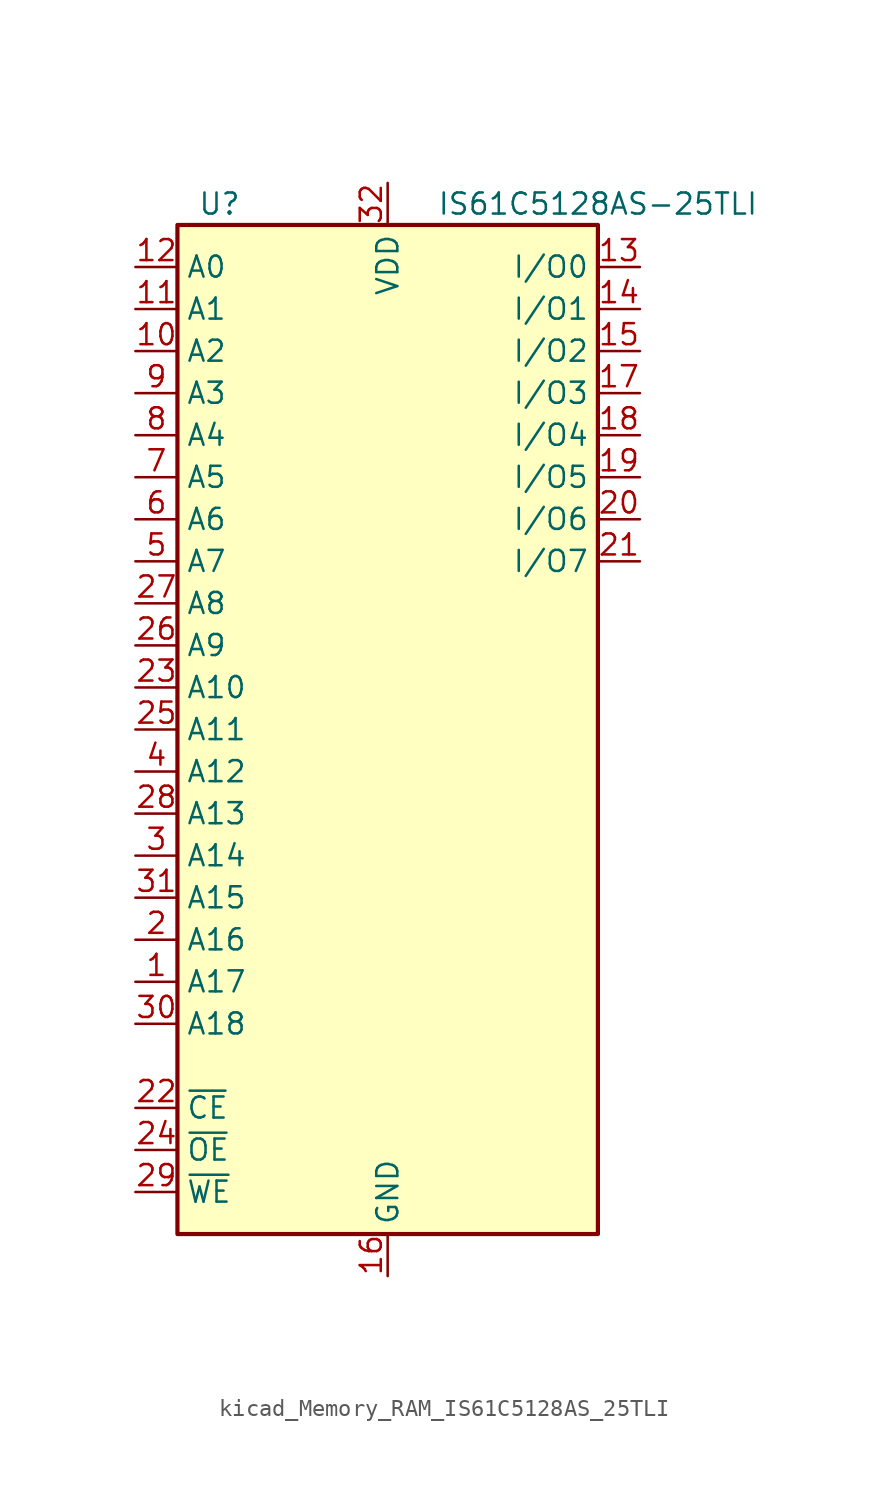
<source format=kicad_sym>
(kicad_symbol_lib
  (version 20220914)
  (generator kicad_symbol_editor)
  (symbol "kicad_Memory_RAM_IS61C5128AS_25TLI"
    (property "Reference" "U"
      (at -10.16 31.75 0)
      (effects (font (size 1.27 1.27))))
    (property "Value" "IS61C5128AS-25TLI"
      (at 12.7 31.75 0)
      (effects (font (size 1.27 1.27))))
    (symbol "kicad_Memory_RAM_IS61C5128AS_25TLI_0_1"
      (rectangle (start -12.7 30.48) (end 12.7 -30.48) (stroke (width 0.254) (type default)) (fill (type background))))
    (symbol "kicad_Memory_RAM_IS61C5128AS_25TLI_1_1"
      (pin input line (at -15.24 -15.24 0) (length 2.54) (name "A17" (effects (font (size 1.27 1.27)))) (number "1" (effects (font (size 1.27 1.27)))))
      (pin input line (at -15.24 22.86 0) (length 2.54) (name "A2" (effects (font (size 1.27 1.27)))) (number "10" (effects (font (size 1.27 1.27)))))
      (pin input line (at -15.24 25.4 0) (length 2.54) (name "A1" (effects (font (size 1.27 1.27)))) (number "11" (effects (font (size 1.27 1.27)))))
      (pin input line (at -15.24 27.94 0) (length 2.54) (name "A0" (effects (font (size 1.27 1.27)))) (number "12" (effects (font (size 1.27 1.27)))))
      (pin bidirectional line (at 15.24 27.94 180) (length 2.54) (name "I/O0" (effects (font (size 1.27 1.27)))) (number "13" (effects (font (size 1.27 1.27)))))
      (pin bidirectional line (at 15.24 25.4 180) (length 2.54) (name "I/O1" (effects (font (size 1.27 1.27)))) (number "14" (effects (font (size 1.27 1.27)))))
      (pin bidirectional line (at 15.24 22.86 180) (length 2.54) (name "I/O2" (effects (font (size 1.27 1.27)))) (number "15" (effects (font (size 1.27 1.27)))))
      (pin power_in line (at 0 -33.02 90) (length 2.54) (name "GND" (effects (font (size 1.27 1.27)))) (number "16" (effects (font (size 1.27 1.27)))))
      (pin bidirectional line (at 15.24 20.32 180) (length 2.54) (name "I/O3" (effects (font (size 1.27 1.27)))) (number "17" (effects (font (size 1.27 1.27)))))
      (pin bidirectional line (at 15.24 17.78 180) (length 2.54) (name "I/O4" (effects (font (size 1.27 1.27)))) (number "18" (effects (font (size 1.27 1.27)))))
      (pin bidirectional line (at 15.24 15.24 180) (length 2.54) (name "I/O5" (effects (font (size 1.27 1.27)))) (number "19" (effects (font (size 1.27 1.27)))))
      (pin input line (at -15.24 -12.7 0) (length 2.54) (name "A16" (effects (font (size 1.27 1.27)))) (number "2" (effects (font (size 1.27 1.27)))))
      (pin bidirectional line (at 15.24 12.7 180) (length 2.54) (name "I/O6" (effects (font (size 1.27 1.27)))) (number "20" (effects (font (size 1.27 1.27)))))
      (pin bidirectional line (at 15.24 10.16 180) (length 2.54) (name "I/O7" (effects (font (size 1.27 1.27)))) (number "21" (effects (font (size 1.27 1.27)))))
      (pin input line (at -15.24 -22.86 0) (length 2.54) (name "~{CE}" (effects (font (size 1.27 1.27)))) (number "22" (effects (font (size 1.27 1.27)))))
      (pin input line (at -15.24 2.54 0) (length 2.54) (name "A10" (effects (font (size 1.27 1.27)))) (number "23" (effects (font (size 1.27 1.27)))))
      (pin input line (at -15.24 -25.4 0) (length 2.54) (name "~{OE}" (effects (font (size 1.27 1.27)))) (number "24" (effects (font (size 1.27 1.27)))))
      (pin input line (at -15.24 0 0) (length 2.54) (name "A11" (effects (font (size 1.27 1.27)))) (number "25" (effects (font (size 1.27 1.27)))))
      (pin input line (at -15.24 5.08 0) (length 2.54) (name "A9" (effects (font (size 1.27 1.27)))) (number "26" (effects (font (size 1.27 1.27)))))
      (pin input line (at -15.24 7.62 0) (length 2.54) (name "A8" (effects (font (size 1.27 1.27)))) (number "27" (effects (font (size 1.27 1.27)))))
      (pin input line (at -15.24 -5.08 0) (length 2.54) (name "A13" (effects (font (size 1.27 1.27)))) (number "28" (effects (font (size 1.27 1.27)))))
      (pin input line (at -15.24 -27.94 0) (length 2.54) (name "~{WE}" (effects (font (size 1.27 1.27)))) (number "29" (effects (font (size 1.27 1.27)))))
      (pin input line (at -15.24 -7.62 0) (length 2.54) (name "A14" (effects (font (size 1.27 1.27)))) (number "3" (effects (font (size 1.27 1.27)))))
      (pin input line (at -15.24 -17.78 0) (length 2.54) (name "A18" (effects (font (size 1.27 1.27)))) (number "30" (effects (font (size 1.27 1.27)))))
      (pin input line (at -15.24 -10.16 0) (length 2.54) (name "A15" (effects (font (size 1.27 1.27)))) (number "31" (effects (font (size 1.27 1.27)))))
      (pin power_in line (at 0 33.02 270) (length 2.54) (name "VDD" (effects (font (size 1.27 1.27)))) (number "32" (effects (font (size 1.27 1.27)))))
      (pin input line (at -15.24 -2.54 0) (length 2.54) (name "A12" (effects (font (size 1.27 1.27)))) (number "4" (effects (font (size 1.27 1.27)))))
      (pin input line (at -15.24 10.16 0) (length 2.54) (name "A7" (effects (font (size 1.27 1.27)))) (number "5" (effects (font (size 1.27 1.27)))))
      (pin input line (at -15.24 12.7 0) (length 2.54) (name "A6" (effects (font (size 1.27 1.27)))) (number "6" (effects (font (size 1.27 1.27)))))
      (pin input line (at -15.24 15.24 0) (length 2.54) (name "A5" (effects (font (size 1.27 1.27)))) (number "7" (effects (font (size 1.27 1.27)))))
      (pin input line (at -15.24 17.78 0) (length 2.54) (name "A4" (effects (font (size 1.27 1.27)))) (number "8" (effects (font (size 1.27 1.27)))))
      (pin input line (at -15.24 20.32 0) (length 2.54) (name "A3" (effects (font (size 1.27 1.27)))) (number "9" (effects (font (size 1.27 1.27))))))))
</source>
